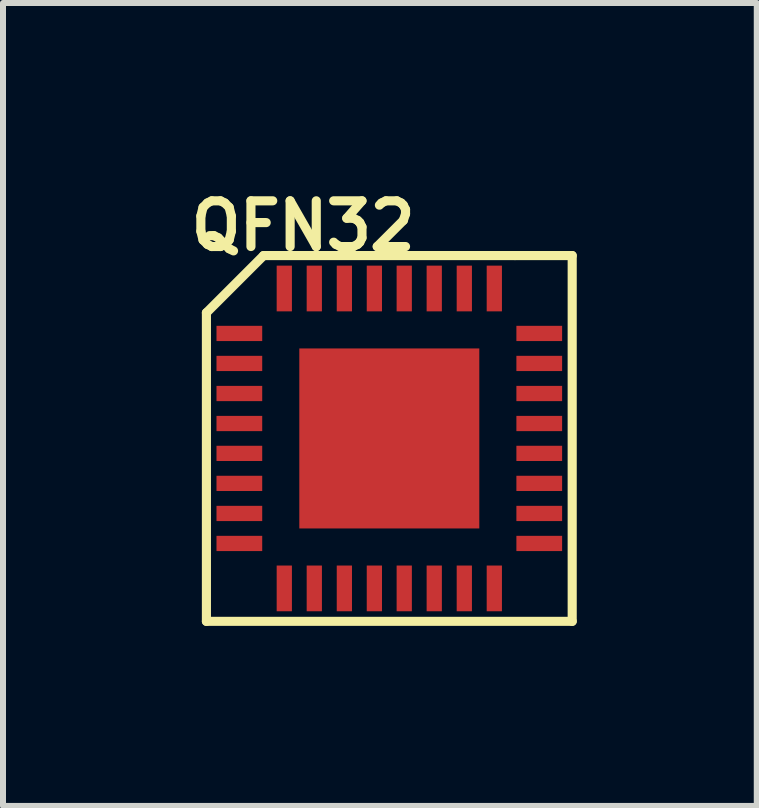
<source format=kicad_pcb>
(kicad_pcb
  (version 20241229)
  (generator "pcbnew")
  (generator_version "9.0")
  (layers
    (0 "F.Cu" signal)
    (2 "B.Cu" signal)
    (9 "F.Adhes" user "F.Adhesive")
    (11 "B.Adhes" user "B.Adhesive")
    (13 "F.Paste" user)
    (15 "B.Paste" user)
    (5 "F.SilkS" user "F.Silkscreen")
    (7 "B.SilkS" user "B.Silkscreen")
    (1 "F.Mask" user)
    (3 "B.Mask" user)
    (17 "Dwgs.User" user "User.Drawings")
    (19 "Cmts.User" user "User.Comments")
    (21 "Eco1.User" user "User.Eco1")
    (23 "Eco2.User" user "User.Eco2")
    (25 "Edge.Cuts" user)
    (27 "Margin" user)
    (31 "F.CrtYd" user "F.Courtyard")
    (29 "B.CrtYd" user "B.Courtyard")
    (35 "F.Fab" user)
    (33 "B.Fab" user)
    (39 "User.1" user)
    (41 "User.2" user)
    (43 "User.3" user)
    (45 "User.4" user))
  (footprint "QFN32"
    (layer "F.Cu")
    (at 3.438 4.257)
    (property "Reference" "QFN32" (at -1.435 -3.543 0) (layer "F.SilkS") (effects (font (size 0.762 0.762) (thickness 0.152))))
    (attr smd)
    (fp_line (start -3.048 -2.095) (end -2.095 -3.048) (stroke (width 0.152) (type solid)) (layer "F.SilkS"))
    (fp_line (start -3.048 3.048) (end -3.048 -2.095) (stroke (width 0.152) (type solid)) (layer "F.SilkS"))
    (fp_line (start -2.095 -3.048) (end 2.095 -3.048) (stroke (width 0.152) (type solid)) (layer "F.SilkS"))
    (fp_line (start 2.095 -3.048) (end 3.048 -3.048) (stroke (width 0.152) (type solid)) (layer "F.SilkS"))
    (fp_line (start 3.048 -3.048) (end 3.048 3.048) (stroke (width 0.152) (type solid)) (layer "F.SilkS"))
    (fp_line (start 3.048 3.048) (end -3.048 3.048) (stroke (width 0.152) (type solid)) (layer "F.SilkS"))
    (pad "1" smd rect (at -2.499 -1.75 90) (size 0.254 0.762) (layers "F.Cu" "F.Mask" "F.Paste"))
    (pad "2" smd rect (at -2.499 -1.25 90) (size 0.254 0.762) (layers "F.Cu" "F.Mask" "F.Paste"))
    (pad "3" smd rect (at -2.499 -0.749 90) (size 0.254 0.762) (layers "F.Cu" "F.Mask" "F.Paste"))
    (pad "4" smd rect (at -2.499 -0.249 90) (size 0.254 0.762) (layers "F.Cu" "F.Mask" "F.Paste"))
    (pad "5" smd rect (at -2.499 0.249 90) (size 0.254 0.762) (layers "F.Cu" "F.Mask" "F.Paste"))
    (pad "6" smd rect (at -2.499 0.749 90) (size 0.254 0.762) (layers "F.Cu" "F.Mask" "F.Paste"))
    (pad "7" smd rect (at -2.499 1.25 90) (size 0.254 0.762) (layers "F.Cu" "F.Mask" "F.Paste"))
    (pad "8" smd rect (at -2.499 1.75 90) (size 0.254 0.762) (layers "F.Cu" "F.Mask" "F.Paste"))
    (pad "9" smd rect (at -1.75 2.499) (size 0.254 0.762) (layers "F.Cu" "F.Mask" "F.Paste"))
    (pad "10" smd rect (at -1.25 2.499) (size 0.254 0.762) (layers "F.Cu" "F.Mask" "F.Paste"))
    (pad "11" smd rect (at -0.749 2.499) (size 0.254 0.762) (layers "F.Cu" "F.Mask" "F.Paste"))
    (pad "12" smd rect (at -0.249 2.499) (size 0.254 0.762) (layers "F.Cu" "F.Mask" "F.Paste"))
    (pad "13" smd rect (at 0.249 2.499) (size 0.254 0.762) (layers "F.Cu" "F.Mask" "F.Paste"))
    (pad "14" smd rect (at 0.749 2.499) (size 0.254 0.762) (layers "F.Cu" "F.Mask" "F.Paste"))
    (pad "15" smd rect (at 1.25 2.499) (size 0.254 0.762) (layers "F.Cu" "F.Mask" "F.Paste"))
    (pad "16" smd rect (at 1.75 2.499) (size 0.254 0.762) (layers "F.Cu" "F.Mask" "F.Paste"))
    (pad "17" smd rect (at 2.499 1.75 90) (size 0.254 0.762) (layers "F.Cu" "F.Mask" "F.Paste"))
    (pad "18" smd rect (at 2.499 1.25 90) (size 0.254 0.762) (layers "F.Cu" "F.Mask" "F.Paste"))
    (pad "19" smd rect (at 2.499 0.749 90) (size 0.254 0.762) (layers "F.Cu" "F.Mask" "F.Paste"))
    (pad "20" smd rect (at 2.499 0.249 90) (size 0.254 0.762) (layers "F.Cu" "F.Mask" "F.Paste"))
    (pad "21" smd rect (at 2.499 -0.249 90) (size 0.254 0.762) (layers "F.Cu" "F.Mask" "F.Paste"))
    (pad "22" smd rect (at 2.499 -0.749 90) (size 0.254 0.762) (layers "F.Cu" "F.Mask" "F.Paste"))
    (pad "23" smd rect (at 2.499 -1.25 90) (size 0.254 0.762) (layers "F.Cu" "F.Mask" "F.Paste"))
    (pad "24" smd rect (at 2.499 -1.75 90) (size 0.254 0.762) (layers "F.Cu" "F.Mask" "F.Paste"))
    (pad "25" smd rect (at 1.75 -2.499) (size 0.254 0.762) (layers "F.Cu" "F.Mask" "F.Paste"))
    (pad "26" smd rect (at 1.25 -2.499) (size 0.254 0.762) (layers "F.Cu" "F.Mask" "F.Paste"))
    (pad "27" smd rect (at 0.749 -2.499) (size 0.254 0.762) (layers "F.Cu" "F.Mask" "F.Paste"))
    (pad "28" smd rect (at 0.249 -2.499) (size 0.254 0.762) (layers "F.Cu" "F.Mask" "F.Paste"))
    (pad "29" smd rect (at -0.249 -2.499) (size 0.254 0.762) (layers "F.Cu" "F.Mask" "F.Paste"))
    (pad "30" smd rect (at -0.749 -2.499) (size 0.254 0.762) (layers "F.Cu" "F.Mask" "F.Paste"))
    (pad "31" smd rect (at -1.25 -2.499) (size 0.254 0.762) (layers "F.Cu" "F.Mask" "F.Paste"))
    (pad "32" smd rect (at -1.75 -2.499) (size 0.254 0.762) (layers "F.Cu" "F.Mask" "F.Paste"))
    (pad "33" smd rect (at 0 0) (size 3 3) (layers "F.Cu" "F.Mask" "F.Paste")))
  (gr_rect
    (start -3 -3)
    (end 9.562 10.381)
    (stroke (width 0.1) (type default))
    (fill no)
    (layer "Edge.Cuts")))
</source>
